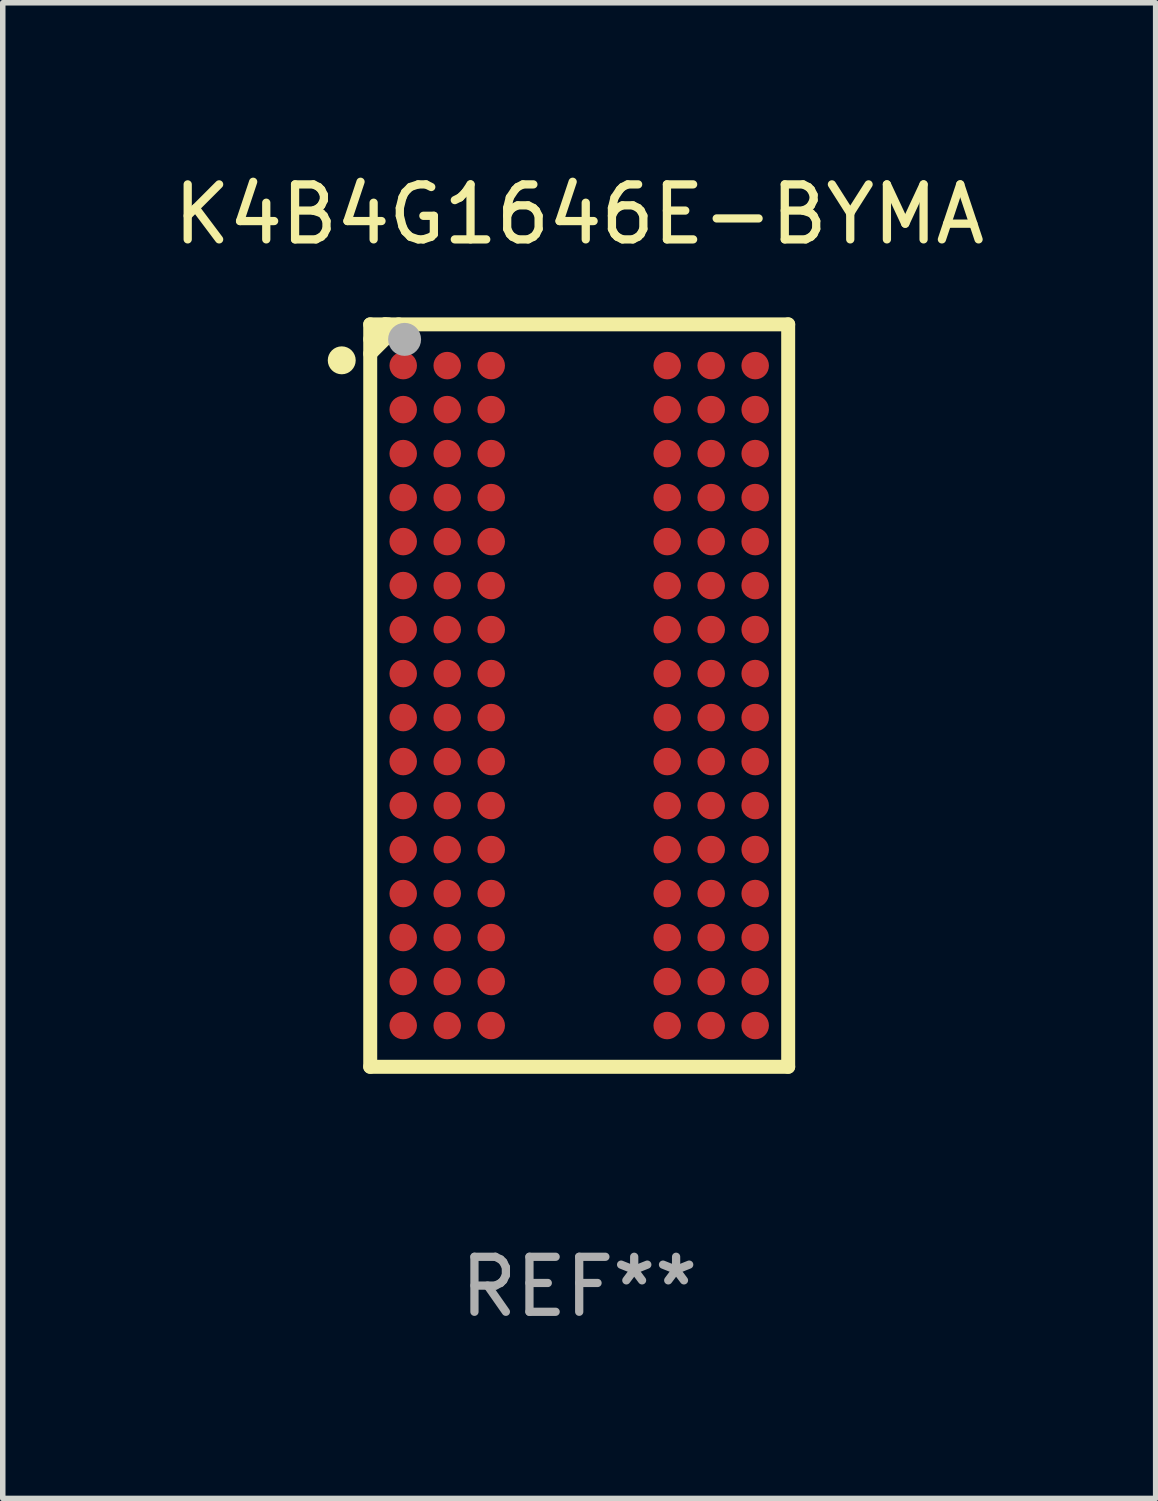
<source format=kicad_pcb>
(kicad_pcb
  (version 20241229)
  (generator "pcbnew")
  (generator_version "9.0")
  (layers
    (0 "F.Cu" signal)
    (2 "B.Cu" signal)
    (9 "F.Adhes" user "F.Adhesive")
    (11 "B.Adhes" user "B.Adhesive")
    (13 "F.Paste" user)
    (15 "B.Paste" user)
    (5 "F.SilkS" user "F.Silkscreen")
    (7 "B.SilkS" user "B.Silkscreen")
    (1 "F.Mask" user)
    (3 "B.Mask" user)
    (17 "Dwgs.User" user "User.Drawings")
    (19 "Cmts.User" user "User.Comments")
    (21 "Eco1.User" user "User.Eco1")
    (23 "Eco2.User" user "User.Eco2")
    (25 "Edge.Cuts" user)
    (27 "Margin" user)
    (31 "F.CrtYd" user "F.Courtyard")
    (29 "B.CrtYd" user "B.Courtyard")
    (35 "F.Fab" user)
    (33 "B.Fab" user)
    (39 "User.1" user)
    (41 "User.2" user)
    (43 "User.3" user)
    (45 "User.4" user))
  (footprint "K4B4G1646E-BYMA"
    (layer "F.Cu")
    (at 7.482 9.598)
    (property "Reference" "K4B4G1646E-BYMA" (at 0 -8.75 0) (layer "F.SilkS") (effects (font (size 1 1) (thickness 0.15))))
    (attr through_hole)
    (fp_line (start -3.8 -6.75) (end -3.8 6.75) (stroke (width 0.254) (type solid)) (layer "F.SilkS"))
    (fp_line (start -3.8 -6.75) (end 3.8 -6.75) (stroke (width 0.254) (type solid)) (layer "F.SilkS"))
    (fp_line (start -3.8 6.75) (end 3.8 6.75) (stroke (width 0.254) (type solid)) (layer "F.SilkS"))
    (fp_line (start -3.53 -6.75) (end -3.8 -6.48) (stroke (width 0.254) (type solid)) (layer "F.SilkS"))
    (fp_line (start -3.471 -6.75) (end -3.53 -6.75) (stroke (width 0.254) (type solid)) (layer "F.SilkS"))
    (fp_line (start -3.283 -6.75) (end -3.283 -6.734) (stroke (width 0.254) (type solid)) (layer "F.SilkS"))
    (fp_line (start -3.283 -6.734) (end -3.8 -6.217) (stroke (width 0.254) (type solid)) (layer "F.SilkS"))
    (fp_line (start 3.8 -6.75) (end 3.8 6.75) (stroke (width 0.254) (type solid)) (layer "F.SilkS"))
    (fp_circle (center -4.318 -6.096) (end -4.191 -6.096) (stroke (width 0.254) (type solid)) (fill no) (layer "F.SilkS"))
    (fp_circle (center -3.75 -6.75) (end -3.72 -6.75) (stroke (width 0.06) (type solid)) (fill no) (layer "F.SilkS"))
    (fp_circle (center -3.175 -6.477) (end -3.025 -6.477) (stroke (width 0.3) (type solid)) (fill no) (layer "F.Fab"))
    (fp_text user "REF**" (at 0 10.75 0) (layer "F.Fab") (effects (font (size 1 1) (thickness 0.15))))
    (pad "A1" smd circle (at -3.2 -6) (size 0.5 0.5) (layers "F.Cu" "F.Mask" "F.Paste"))
    (pad "A2" smd circle (at -2.4 -6) (size 0.5 0.5) (layers "F.Cu" "F.Mask" "F.Paste"))
    (pad "A3" smd circle (at -1.6 -6) (size 0.5 0.5) (layers "F.Cu" "F.Mask" "F.Paste"))
    (pad "A7" smd circle (at 1.6 -6) (size 0.5 0.5) (layers "F.Cu" "F.Mask" "F.Paste"))
    (pad "A8" smd circle (at 2.4 -6) (size 0.5 0.5) (layers "F.Cu" "F.Mask" "F.Paste"))
    (pad "A9" smd circle (at 3.2 -6) (size 0.5 0.5) (layers "F.Cu" "F.Mask" "F.Paste"))
    (pad "B1" smd circle (at -3.2 -5.2) (size 0.5 0.5) (layers "F.Cu" "F.Mask" "F.Paste"))
    (pad "B2" smd circle (at -2.4 -5.2) (size 0.5 0.5) (layers "F.Cu" "F.Mask" "F.Paste"))
    (pad "B3" smd circle (at -1.6 -5.2) (size 0.5 0.5) (layers "F.Cu" "F.Mask" "F.Paste"))
    (pad "B7" smd circle (at 1.6 -5.2) (size 0.5 0.5) (layers "F.Cu" "F.Mask" "F.Paste"))
    (pad "B8" smd circle (at 2.4 -5.2) (size 0.5 0.5) (layers "F.Cu" "F.Mask" "F.Paste"))
    (pad "B9" smd circle (at 3.2 -5.2) (size 0.5 0.5) (layers "F.Cu" "F.Mask" "F.Paste"))
    (pad "C1" smd circle (at -3.2 -4.4) (size 0.5 0.5) (layers "F.Cu" "F.Mask" "F.Paste"))
    (pad "C2" smd circle (at -2.4 -4.4) (size 0.5 0.5) (layers "F.Cu" "F.Mask" "F.Paste"))
    (pad "C3" smd circle (at -1.6 -4.4) (size 0.5 0.5) (layers "F.Cu" "F.Mask" "F.Paste"))
    (pad "C7" smd circle (at 1.6 -4.4) (size 0.5 0.5) (layers "F.Cu" "F.Mask" "F.Paste"))
    (pad "C8" smd circle (at 2.4 -4.4) (size 0.5 0.5) (layers "F.Cu" "F.Mask" "F.Paste"))
    (pad "C9" smd circle (at 3.2 -4.4) (size 0.5 0.5) (layers "F.Cu" "F.Mask" "F.Paste"))
    (pad "D1" smd circle (at -3.2 -3.6) (size 0.5 0.5) (layers "F.Cu" "F.Mask" "F.Paste"))
    (pad "D2" smd circle (at -2.4 -3.6) (size 0.5 0.5) (layers "F.Cu" "F.Mask" "F.Paste"))
    (pad "D3" smd circle (at -1.6 -3.6) (size 0.5 0.5) (layers "F.Cu" "F.Mask" "F.Paste"))
    (pad "D7" smd circle (at 1.6 -3.6) (size 0.5 0.5) (layers "F.Cu" "F.Mask" "F.Paste"))
    (pad "D8" smd circle (at 2.4 -3.6) (size 0.5 0.5) (layers "F.Cu" "F.Mask" "F.Paste"))
    (pad "D9" smd circle (at 3.2 -3.6) (size 0.5 0.5) (layers "F.Cu" "F.Mask" "F.Paste"))
    (pad "E1" smd circle (at -3.2 -2.8) (size 0.5 0.5) (layers "F.Cu" "F.Mask" "F.Paste"))
    (pad "E2" smd circle (at -2.4 -2.8) (size 0.5 0.5) (layers "F.Cu" "F.Mask" "F.Paste"))
    (pad "E3" smd circle (at -1.6 -2.8) (size 0.5 0.5) (layers "F.Cu" "F.Mask" "F.Paste"))
    (pad "E7" smd circle (at 1.6 -2.8) (size 0.5 0.5) (layers "F.Cu" "F.Mask" "F.Paste"))
    (pad "E8" smd circle (at 2.4 -2.8) (size 0.5 0.5) (layers "F.Cu" "F.Mask" "F.Paste"))
    (pad "E9" smd circle (at 3.2 -2.8) (size 0.5 0.5) (layers "F.Cu" "F.Mask" "F.Paste"))
    (pad "F1" smd circle (at -3.2 -2) (size 0.5 0.5) (layers "F.Cu" "F.Mask" "F.Paste"))
    (pad "F2" smd circle (at -2.4 -2) (size 0.5 0.5) (layers "F.Cu" "F.Mask" "F.Paste"))
    (pad "F3" smd circle (at -1.6 -2) (size 0.5 0.5) (layers "F.Cu" "F.Mask" "F.Paste"))
    (pad "F7" smd circle (at 1.6 -2) (size 0.5 0.5) (layers "F.Cu" "F.Mask" "F.Paste"))
    (pad "F8" smd circle (at 2.4 -2) (size 0.5 0.5) (layers "F.Cu" "F.Mask" "F.Paste"))
    (pad "F9" smd circle (at 3.2 -2) (size 0.5 0.5) (layers "F.Cu" "F.Mask" "F.Paste"))
    (pad "G1" smd circle (at -3.2 -1.2) (size 0.5 0.5) (layers "F.Cu" "F.Mask" "F.Paste"))
    (pad "G2" smd circle (at -2.4 -1.2) (size 0.5 0.5) (layers "F.Cu" "F.Mask" "F.Paste"))
    (pad "G3" smd circle (at -1.6 -1.2) (size 0.5 0.5) (layers "F.Cu" "F.Mask" "F.Paste"))
    (pad "G7" smd circle (at 1.6 -1.2) (size 0.5 0.5) (layers "F.Cu" "F.Mask" "F.Paste"))
    (pad "G8" smd circle (at 2.4 -1.2) (size 0.5 0.5) (layers "F.Cu" "F.Mask" "F.Paste"))
    (pad "G9" smd circle (at 3.2 -1.2) (size 0.5 0.5) (layers "F.Cu" "F.Mask" "F.Paste"))
    (pad "H1" smd circle (at -3.2 -0.4) (size 0.5 0.5) (layers "F.Cu" "F.Mask" "F.Paste"))
    (pad "H2" smd circle (at -2.4 -0.4) (size 0.5 0.5) (layers "F.Cu" "F.Mask" "F.Paste"))
    (pad "H3" smd circle (at -1.6 -0.4) (size 0.5 0.5) (layers "F.Cu" "F.Mask" "F.Paste"))
    (pad "H7" smd circle (at 1.6 -0.4) (size 0.5 0.5) (layers "F.Cu" "F.Mask" "F.Paste"))
    (pad "H8" smd circle (at 2.4 -0.4) (size 0.5 0.5) (layers "F.Cu" "F.Mask" "F.Paste"))
    (pad "H9" smd circle (at 3.2 -0.4) (size 0.5 0.5) (layers "F.Cu" "F.Mask" "F.Paste"))
    (pad "J1" smd circle (at -3.2 0.4) (size 0.5 0.5) (layers "F.Cu" "F.Mask" "F.Paste"))
    (pad "J2" smd circle (at -2.4 0.4) (size 0.5 0.5) (layers "F.Cu" "F.Mask" "F.Paste"))
    (pad "J3" smd circle (at -1.6 0.4) (size 0.5 0.5) (layers "F.Cu" "F.Mask" "F.Paste"))
    (pad "J7" smd circle (at 1.6 0.4) (size 0.5 0.5) (layers "F.Cu" "F.Mask" "F.Paste"))
    (pad "J8" smd circle (at 2.4 0.4) (size 0.5 0.5) (layers "F.Cu" "F.Mask" "F.Paste"))
    (pad "J9" smd circle (at 3.2 0.4) (size 0.5 0.5) (layers "F.Cu" "F.Mask" "F.Paste"))
    (pad "K1" smd circle (at -3.2 1.2) (size 0.5 0.5) (layers "F.Cu" "F.Mask" "F.Paste"))
    (pad "K2" smd circle (at -2.4 1.2) (size 0.5 0.5) (layers "F.Cu" "F.Mask" "F.Paste"))
    (pad "K3" smd circle (at -1.6 1.2) (size 0.5 0.5) (layers "F.Cu" "F.Mask" "F.Paste"))
    (pad "K7" smd circle (at 1.6 1.2) (size 0.5 0.5) (layers "F.Cu" "F.Mask" "F.Paste"))
    (pad "K8" smd circle (at 2.4 1.2) (size 0.5 0.5) (layers "F.Cu" "F.Mask" "F.Paste"))
    (pad "K9" smd circle (at 3.2 1.2) (size 0.5 0.5) (layers "F.Cu" "F.Mask" "F.Paste"))
    (pad "L1" smd circle (at -3.2 2) (size 0.5 0.5) (layers "F.Cu" "F.Mask" "F.Paste"))
    (pad "L2" smd circle (at -2.4 2) (size 0.5 0.5) (layers "F.Cu" "F.Mask" "F.Paste"))
    (pad "L3" smd circle (at -1.6 2) (size 0.5 0.5) (layers "F.Cu" "F.Mask" "F.Paste"))
    (pad "L7" smd circle (at 1.6 2) (size 0.5 0.5) (layers "F.Cu" "F.Mask" "F.Paste"))
    (pad "L8" smd circle (at 2.4 2) (size 0.5 0.5) (layers "F.Cu" "F.Mask" "F.Paste"))
    (pad "L9" smd circle (at 3.2 2) (size 0.5 0.5) (layers "F.Cu" "F.Mask" "F.Paste"))
    (pad "M1" smd circle (at -3.2 2.8) (size 0.5 0.5) (layers "F.Cu" "F.Mask" "F.Paste"))
    (pad "M2" smd circle (at -2.4 2.8) (size 0.5 0.5) (layers "F.Cu" "F.Mask" "F.Paste"))
    (pad "M3" smd circle (at -1.6 2.8) (size 0.5 0.5) (layers "F.Cu" "F.Mask" "F.Paste"))
    (pad "M7" smd circle (at 1.6 2.8) (size 0.5 0.5) (layers "F.Cu" "F.Mask" "F.Paste"))
    (pad "M8" smd circle (at 2.4 2.8) (size 0.5 0.5) (layers "F.Cu" "F.Mask" "F.Paste"))
    (pad "M9" smd circle (at 3.2 2.8) (size 0.5 0.5) (layers "F.Cu" "F.Mask" "F.Paste"))
    (pad "N1" smd circle (at -3.2 3.6) (size 0.5 0.5) (layers "F.Cu" "F.Mask" "F.Paste"))
    (pad "N2" smd circle (at -2.4 3.6) (size 0.5 0.5) (layers "F.Cu" "F.Mask" "F.Paste"))
    (pad "N3" smd circle (at -1.6 3.6) (size 0.5 0.5) (layers "F.Cu" "F.Mask" "F.Paste"))
    (pad "N7" smd circle (at 1.6 3.6) (size 0.5 0.5) (layers "F.Cu" "F.Mask" "F.Paste"))
    (pad "N8" smd circle (at 2.4 3.6) (size 0.5 0.5) (layers "F.Cu" "F.Mask" "F.Paste"))
    (pad "N9" smd circle (at 3.2 3.6) (size 0.5 0.5) (layers "F.Cu" "F.Mask" "F.Paste"))
    (pad "P1" smd circle (at -3.2 4.4) (size 0.5 0.5) (layers "F.Cu" "F.Mask" "F.Paste"))
    (pad "P2" smd circle (at -2.4 4.4) (size 0.5 0.5) (layers "F.Cu" "F.Mask" "F.Paste"))
    (pad "P3" smd circle (at -1.6 4.4) (size 0.5 0.5) (layers "F.Cu" "F.Mask" "F.Paste"))
    (pad "P7" smd circle (at 1.6 4.4) (size 0.5 0.5) (layers "F.Cu" "F.Mask" "F.Paste"))
    (pad "P8" smd circle (at 2.4 4.4) (size 0.5 0.5) (layers "F.Cu" "F.Mask" "F.Paste"))
    (pad "P9" smd circle (at 3.2 4.4) (size 0.5 0.5) (layers "F.Cu" "F.Mask" "F.Paste"))
    (pad "R1" smd circle (at -3.2 5.2) (size 0.5 0.5) (layers "F.Cu" "F.Mask" "F.Paste"))
    (pad "R2" smd circle (at -2.4 5.2) (size 0.5 0.5) (layers "F.Cu" "F.Mask" "F.Paste"))
    (pad "R3" smd circle (at -1.6 5.2) (size 0.5 0.5) (layers "F.Cu" "F.Mask" "F.Paste"))
    (pad "R7" smd circle (at 1.6 5.2) (size 0.5 0.5) (layers "F.Cu" "F.Mask" "F.Paste"))
    (pad "R8" smd circle (at 2.4 5.2) (size 0.5 0.5) (layers "F.Cu" "F.Mask" "F.Paste"))
    (pad "R9" smd circle (at 3.2 5.2) (size 0.5 0.5) (layers "F.Cu" "F.Mask" "F.Paste"))
    (pad "T1" smd circle (at -3.2 6) (size 0.5 0.5) (layers "F.Cu" "F.Mask" "F.Paste"))
    (pad "T2" smd circle (at -2.4 6) (size 0.5 0.5) (layers "F.Cu" "F.Mask" "F.Paste"))
    (pad "T3" smd circle (at -1.6 6) (size 0.5 0.5) (layers "F.Cu" "F.Mask" "F.Paste"))
    (pad "T7" smd circle (at 1.6 6) (size 0.5 0.5) (layers "F.Cu" "F.Mask" "F.Paste"))
    (pad "T8" smd circle (at 2.4 6) (size 0.5 0.5) (layers "F.Cu" "F.Mask" "F.Paste"))
    (pad "T9" smd circle (at 3.2 6) (size 0.5 0.5) (layers "F.Cu" "F.Mask" "F.Paste")))
  (gr_rect
    (start -3 -3)
    (end 17.964 24.197)
    (stroke (width 0.1) (type default))
    (fill no)
    (layer "Edge.Cuts")))
</source>
